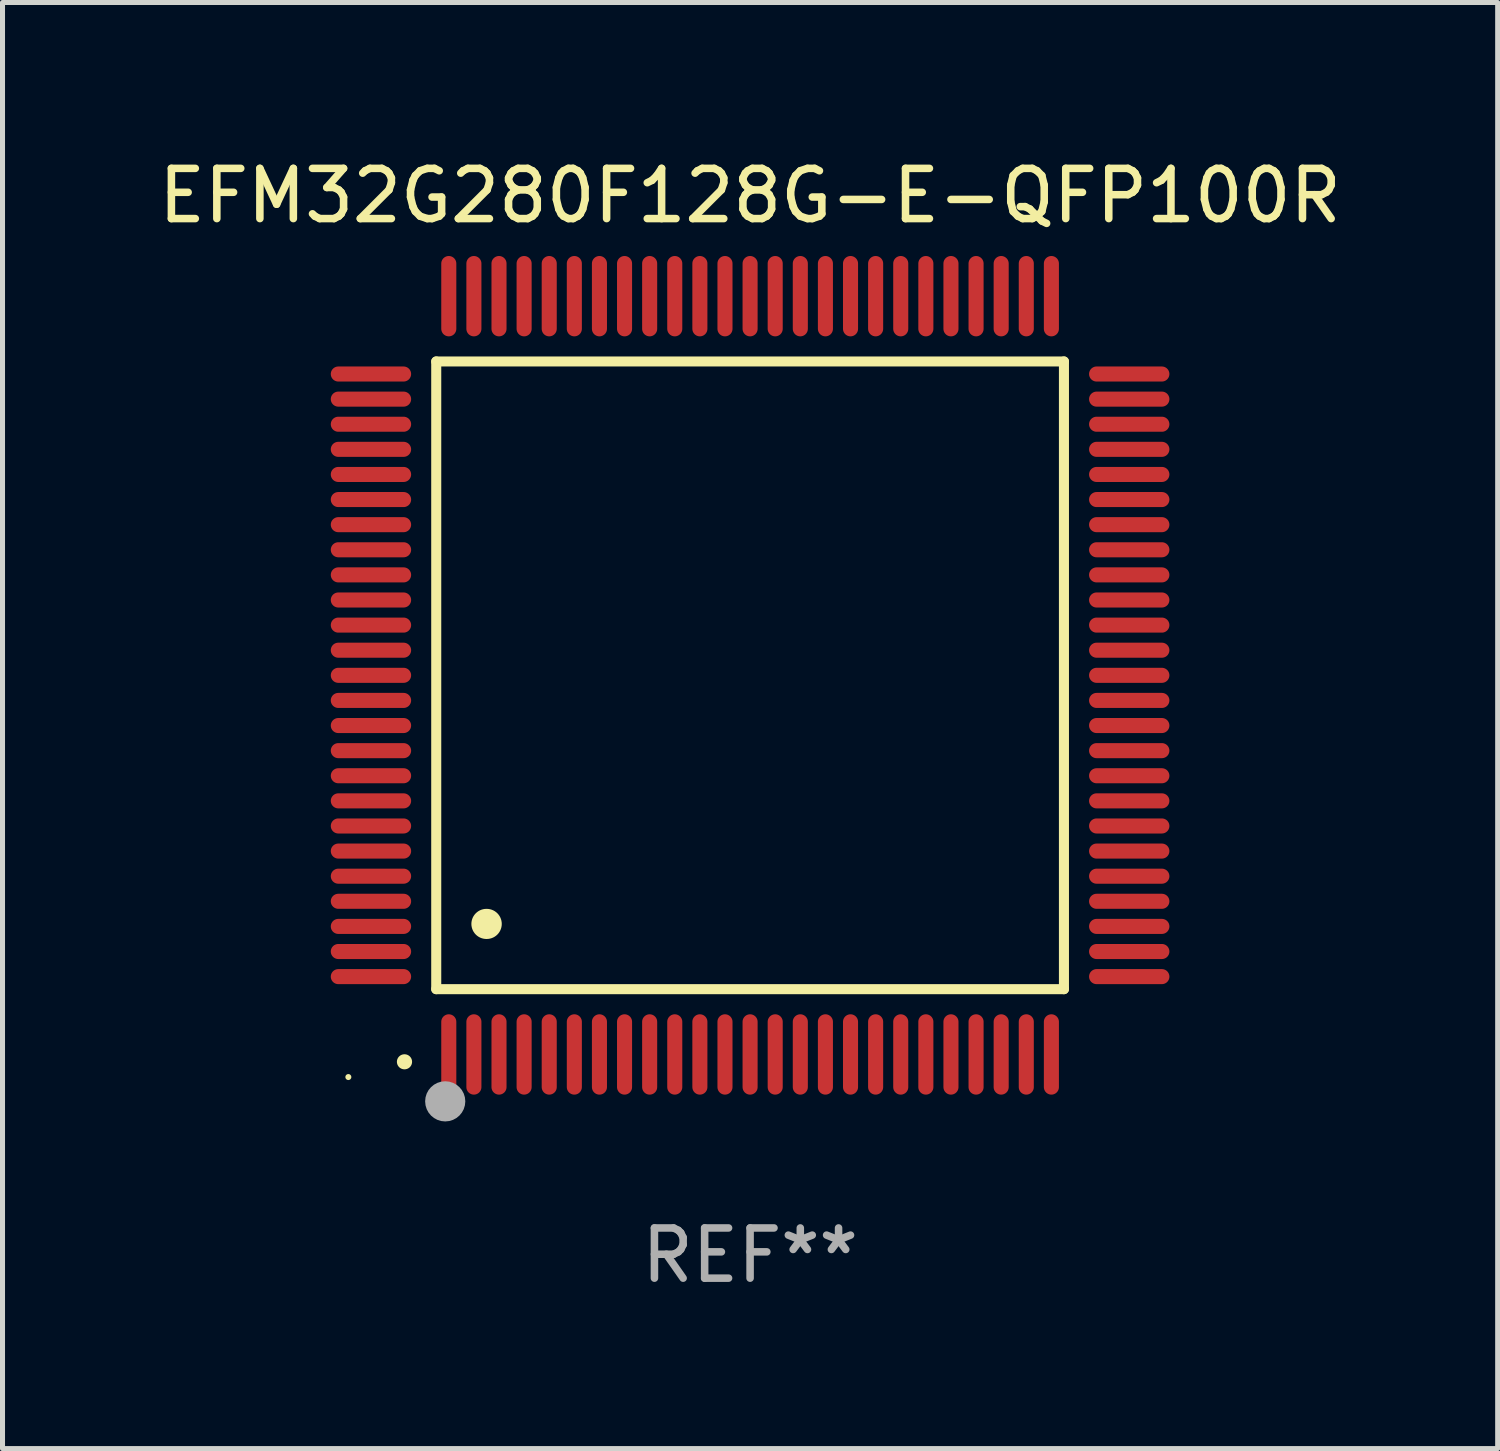
<source format=kicad_pcb>
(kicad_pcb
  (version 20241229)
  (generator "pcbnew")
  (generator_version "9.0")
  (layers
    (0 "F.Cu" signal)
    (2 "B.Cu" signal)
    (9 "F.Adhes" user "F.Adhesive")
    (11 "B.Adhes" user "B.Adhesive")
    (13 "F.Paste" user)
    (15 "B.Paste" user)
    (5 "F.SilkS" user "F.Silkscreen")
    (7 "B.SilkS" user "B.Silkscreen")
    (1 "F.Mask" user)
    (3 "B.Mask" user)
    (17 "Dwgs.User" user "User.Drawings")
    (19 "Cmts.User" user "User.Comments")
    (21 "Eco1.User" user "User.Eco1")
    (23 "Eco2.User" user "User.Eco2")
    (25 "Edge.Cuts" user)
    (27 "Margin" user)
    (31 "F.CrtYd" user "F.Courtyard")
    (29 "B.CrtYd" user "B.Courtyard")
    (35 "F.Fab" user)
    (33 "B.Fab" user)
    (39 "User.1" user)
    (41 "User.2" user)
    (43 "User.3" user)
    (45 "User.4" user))
  (footprint "EFM32G280F128G-E-QFP100R"
    (layer "F.Cu")
    (at 11.887 10.398)
    (property "Reference" "EFM32G280F128G-E-QFP100R" (at 0 -9.55 0) (layer "F.SilkS") (effects (font (size 1 1) (thickness 0.15))))
    (attr through_hole)
    (fp_line (start -6.25 -6.25) (end -6.25 6.25) (stroke (width 0.2) (type solid)) (layer "F.SilkS"))
    (fp_line (start -6.25 6.25) (end 6.25 6.25) (stroke (width 0.2) (type solid)) (layer "F.SilkS"))
    (fp_line (start 6.25 -6.25) (end -6.25 -6.25) (stroke (width 0.2) (type solid)) (layer "F.SilkS"))
    (fp_line (start 6.25 6.25) (end 6.25 -6.25) (stroke (width 0.2) (type solid)) (layer "F.SilkS"))
    (fp_arc (start -6.883414 7.696215) (mid -6.882144 7.69621) (end -6.880874 7.696215) (stroke (width 0.3) (type solid)) (layer "F.SilkS"))
    (fp_arc (start -5.250191 4.95047) (mid -5.247651 4.950459) (end -5.245111 4.95047) (stroke (width 0.6) (type solid)) (layer "F.SilkS"))
    (fp_circle (center -8 8) (end -7.97 8) (stroke (width 0.06) (type solid)) (fill no) (layer "F.SilkS"))
    (fp_circle (center -6.071 8.484) (end -5.871 8.484) (stroke (width 0.4) (type solid)) (fill no) (layer "F.Fab"))
    (fp_text user "REF**" (at 0 11.55 0) (layer "F.Fab") (effects (font (size 1 1) (thickness 0.15))))
    (pad "1" smd oval (at -6 7.55) (size 0.3 1.6) (layers "F.Cu" "F.Mask" "F.Paste"))
    (pad "2" smd oval (at -5.5 7.55) (size 0.3 1.6) (layers "F.Cu" "F.Mask" "F.Paste"))
    (pad "3" smd oval (at -5 7.55) (size 0.3 1.6) (layers "F.Cu" "F.Mask" "F.Paste"))
    (pad "4" smd oval (at -4.5 7.55) (size 0.3 1.6) (layers "F.Cu" "F.Mask" "F.Paste"))
    (pad "5" smd oval (at -4 7.55) (size 0.3 1.6) (layers "F.Cu" "F.Mask" "F.Paste"))
    (pad "6" smd oval (at -3.5 7.55) (size 0.3 1.6) (layers "F.Cu" "F.Mask" "F.Paste"))
    (pad "7" smd oval (at -3 7.55) (size 0.3 1.6) (layers "F.Cu" "F.Mask" "F.Paste"))
    (pad "8" smd oval (at -2.5 7.55) (size 0.3 1.6) (layers "F.Cu" "F.Mask" "F.Paste"))
    (pad "9" smd oval (at -2 7.55) (size 0.3 1.6) (layers "F.Cu" "F.Mask" "F.Paste"))
    (pad "10" smd oval (at -1.5 7.55) (size 0.3 1.6) (layers "F.Cu" "F.Mask" "F.Paste"))
    (pad "11" smd oval (at -1 7.55) (size 0.3 1.6) (layers "F.Cu" "F.Mask" "F.Paste"))
    (pad "12" smd oval (at -0.5 7.55) (size 0.3 1.6) (layers "F.Cu" "F.Mask" "F.Paste"))
    (pad "13" smd oval (at 0 7.55) (size 0.3 1.6) (layers "F.Cu" "F.Mask" "F.Paste"))
    (pad "14" smd oval (at 0.5 7.55) (size 0.3 1.6) (layers "F.Cu" "F.Mask" "F.Paste"))
    (pad "15" smd oval (at 1 7.55) (size 0.3 1.6) (layers "F.Cu" "F.Mask" "F.Paste"))
    (pad "16" smd oval (at 1.5 7.55) (size 0.3 1.6) (layers "F.Cu" "F.Mask" "F.Paste"))
    (pad "17" smd oval (at 2 7.55) (size 0.3 1.6) (layers "F.Cu" "F.Mask" "F.Paste"))
    (pad "18" smd oval (at 2.5 7.55) (size 0.3 1.6) (layers "F.Cu" "F.Mask" "F.Paste"))
    (pad "19" smd oval (at 3 7.55) (size 0.3 1.6) (layers "F.Cu" "F.Mask" "F.Paste"))
    (pad "20" smd oval (at 3.5 7.55) (size 0.3 1.6) (layers "F.Cu" "F.Mask" "F.Paste"))
    (pad "21" smd oval (at 4 7.55) (size 0.3 1.6) (layers "F.Cu" "F.Mask" "F.Paste"))
    (pad "22" smd oval (at 4.5 7.55) (size 0.3 1.6) (layers "F.Cu" "F.Mask" "F.Paste"))
    (pad "23" smd oval (at 5 7.55) (size 0.3 1.6) (layers "F.Cu" "F.Mask" "F.Paste"))
    (pad "24" smd oval (at 5.5 7.55) (size 0.3 1.6) (layers "F.Cu" "F.Mask" "F.Paste"))
    (pad "25" smd oval (at 6 7.55) (size 0.3 1.6) (layers "F.Cu" "F.Mask" "F.Paste"))
    (pad "26" smd oval (at 7.55 6) (size 1.6 0.3) (layers "F.Cu" "F.Mask" "F.Paste"))
    (pad "27" smd oval (at 7.55 5.5) (size 1.6 0.3) (layers "F.Cu" "F.Mask" "F.Paste"))
    (pad "28" smd oval (at 7.55 5) (size 1.6 0.3) (layers "F.Cu" "F.Mask" "F.Paste"))
    (pad "29" smd oval (at 7.55 4.5) (size 1.6 0.3) (layers "F.Cu" "F.Mask" "F.Paste"))
    (pad "30" smd oval (at 7.55 4) (size 1.6 0.3) (layers "F.Cu" "F.Mask" "F.Paste"))
    (pad "31" smd oval (at 7.55 3.5) (size 1.6 0.3) (layers "F.Cu" "F.Mask" "F.Paste"))
    (pad "32" smd oval (at 7.55 3) (size 1.6 0.3) (layers "F.Cu" "F.Mask" "F.Paste"))
    (pad "33" smd oval (at 7.55 2.5) (size 1.6 0.3) (layers "F.Cu" "F.Mask" "F.Paste"))
    (pad "34" smd oval (at 7.55 2) (size 1.6 0.3) (layers "F.Cu" "F.Mask" "F.Paste"))
    (pad "35" smd oval (at 7.55 1.5) (size 1.6 0.3) (layers "F.Cu" "F.Mask" "F.Paste"))
    (pad "36" smd oval (at 7.55 1) (size 1.6 0.3) (layers "F.Cu" "F.Mask" "F.Paste"))
    (pad "37" smd oval (at 7.55 0.5) (size 1.6 0.3) (layers "F.Cu" "F.Mask" "F.Paste"))
    (pad "38" smd oval (at 7.55 0) (size 1.6 0.3) (layers "F.Cu" "F.Mask" "F.Paste"))
    (pad "39" smd oval (at 7.55 -0.5) (size 1.6 0.3) (layers "F.Cu" "F.Mask" "F.Paste"))
    (pad "40" smd oval (at 7.55 -1) (size 1.6 0.3) (layers "F.Cu" "F.Mask" "F.Paste"))
    (pad "41" smd oval (at 7.55 -1.5) (size 1.6 0.3) (layers "F.Cu" "F.Mask" "F.Paste"))
    (pad "42" smd oval (at 7.55 -2) (size 1.6 0.3) (layers "F.Cu" "F.Mask" "F.Paste"))
    (pad "43" smd oval (at 7.55 -2.5) (size 1.6 0.3) (layers "F.Cu" "F.Mask" "F.Paste"))
    (pad "44" smd oval (at 7.55 -3) (size 1.6 0.3) (layers "F.Cu" "F.Mask" "F.Paste"))
    (pad "45" smd oval (at 7.55 -3.5) (size 1.6 0.3) (layers "F.Cu" "F.Mask" "F.Paste"))
    (pad "46" smd oval (at 7.55 -4) (size 1.6 0.3) (layers "F.Cu" "F.Mask" "F.Paste"))
    (pad "47" smd oval (at 7.55 -4.5) (size 1.6 0.3) (layers "F.Cu" "F.Mask" "F.Paste"))
    (pad "48" smd oval (at 7.55 -5) (size 1.6 0.3) (layers "F.Cu" "F.Mask" "F.Paste"))
    (pad "49" smd oval (at 7.55 -5.5) (size 1.6 0.3) (layers "F.Cu" "F.Mask" "F.Paste"))
    (pad "50" smd oval (at 7.55 -6) (size 1.6 0.3) (layers "F.Cu" "F.Mask" "F.Paste"))
    (pad "51" smd oval (at 6 -7.55) (size 0.3 1.6) (layers "F.Cu" "F.Mask" "F.Paste"))
    (pad "52" smd oval (at 5.5 -7.55) (size 0.3 1.6) (layers "F.Cu" "F.Mask" "F.Paste"))
    (pad "53" smd oval (at 5 -7.55) (size 0.3 1.6) (layers "F.Cu" "F.Mask" "F.Paste"))
    (pad "54" smd oval (at 4.5 -7.55) (size 0.3 1.6) (layers "F.Cu" "F.Mask" "F.Paste"))
    (pad "55" smd oval (at 4 -7.55) (size 0.3 1.6) (layers "F.Cu" "F.Mask" "F.Paste"))
    (pad "56" smd oval (at 3.5 -7.55) (size 0.3 1.6) (layers "F.Cu" "F.Mask" "F.Paste"))
    (pad "57" smd oval (at 3 -7.55) (size 0.3 1.6) (layers "F.Cu" "F.Mask" "F.Paste"))
    (pad "58" smd oval (at 2.5 -7.55) (size 0.3 1.6) (layers "F.Cu" "F.Mask" "F.Paste"))
    (pad "59" smd oval (at 2 -7.55) (size 0.3 1.6) (layers "F.Cu" "F.Mask" "F.Paste"))
    (pad "60" smd oval (at 1.5 -7.55) (size 0.3 1.6) (layers "F.Cu" "F.Mask" "F.Paste"))
    (pad "61" smd oval (at 1 -7.55) (size 0.3 1.6) (layers "F.Cu" "F.Mask" "F.Paste"))
    (pad "62" smd oval (at 0.5 -7.55) (size 0.3 1.6) (layers "F.Cu" "F.Mask" "F.Paste"))
    (pad "63" smd oval (at 0 -7.55) (size 0.3 1.6) (layers "F.Cu" "F.Mask" "F.Paste"))
    (pad "64" smd oval (at -0.5 -7.55) (size 0.3 1.6) (layers "F.Cu" "F.Mask" "F.Paste"))
    (pad "65" smd oval (at -1 -7.55) (size 0.3 1.6) (layers "F.Cu" "F.Mask" "F.Paste"))
    (pad "66" smd oval (at -1.5 -7.55) (size 0.3 1.6) (layers "F.Cu" "F.Mask" "F.Paste"))
    (pad "67" smd oval (at -2 -7.55) (size 0.3 1.6) (layers "F.Cu" "F.Mask" "F.Paste"))
    (pad "68" smd oval (at -2.5 -7.55) (size 0.3 1.6) (layers "F.Cu" "F.Mask" "F.Paste"))
    (pad "69" smd oval (at -3 -7.55) (size 0.3 1.6) (layers "F.Cu" "F.Mask" "F.Paste"))
    (pad "70" smd oval (at -3.5 -7.55) (size 0.3 1.6) (layers "F.Cu" "F.Mask" "F.Paste"))
    (pad "71" smd oval (at -4 -7.55) (size 0.3 1.6) (layers "F.Cu" "F.Mask" "F.Paste"))
    (pad "72" smd oval (at -4.5 -7.55) (size 0.3 1.6) (layers "F.Cu" "F.Mask" "F.Paste"))
    (pad "73" smd oval (at -5 -7.55) (size 0.3 1.6) (layers "F.Cu" "F.Mask" "F.Paste"))
    (pad "74" smd oval (at -5.5 -7.55) (size 0.3 1.6) (layers "F.Cu" "F.Mask" "F.Paste"))
    (pad "75" smd oval (at -6 -7.55) (size 0.3 1.6) (layers "F.Cu" "F.Mask" "F.Paste"))
    (pad "76" smd oval (at -7.55 -6) (size 1.6 0.3) (layers "F.Cu" "F.Mask" "F.Paste"))
    (pad "77" smd oval (at -7.55 -5.5) (size 1.6 0.3) (layers "F.Cu" "F.Mask" "F.Paste"))
    (pad "78" smd oval (at -7.55 -5) (size 1.6 0.3) (layers "F.Cu" "F.Mask" "F.Paste"))
    (pad "79" smd oval (at -7.55 -4.5) (size 1.6 0.3) (layers "F.Cu" "F.Mask" "F.Paste"))
    (pad "80" smd oval (at -7.55 -4) (size 1.6 0.3) (layers "F.Cu" "F.Mask" "F.Paste"))
    (pad "81" smd oval (at -7.55 -3.5) (size 1.6 0.3) (layers "F.Cu" "F.Mask" "F.Paste"))
    (pad "82" smd oval (at -7.55 -3) (size 1.6 0.3) (layers "F.Cu" "F.Mask" "F.Paste"))
    (pad "83" smd oval (at -7.55 -2.5) (size 1.6 0.3) (layers "F.Cu" "F.Mask" "F.Paste"))
    (pad "84" smd oval (at -7.55 -2) (size 1.6 0.3) (layers "F.Cu" "F.Mask" "F.Paste"))
    (pad "85" smd oval (at -7.55 -1.5) (size 1.6 0.3) (layers "F.Cu" "F.Mask" "F.Paste"))
    (pad "86" smd oval (at -7.55 -1) (size 1.6 0.3) (layers "F.Cu" "F.Mask" "F.Paste"))
    (pad "87" smd oval (at -7.55 -0.5) (size 1.6 0.3) (layers "F.Cu" "F.Mask" "F.Paste"))
    (pad "88" smd oval (at -7.55 0) (size 1.6 0.3) (layers "F.Cu" "F.Mask" "F.Paste"))
    (pad "89" smd oval (at -7.55 0.5) (size 1.6 0.3) (layers "F.Cu" "F.Mask" "F.Paste"))
    (pad "90" smd oval (at -7.55 1) (size 1.6 0.3) (layers "F.Cu" "F.Mask" "F.Paste"))
    (pad "91" smd oval (at -7.55 1.5) (size 1.6 0.3) (layers "F.Cu" "F.Mask" "F.Paste"))
    (pad "92" smd oval (at -7.55 2) (size 1.6 0.3) (layers "F.Cu" "F.Mask" "F.Paste"))
    (pad "93" smd oval (at -7.55 2.5) (size 1.6 0.3) (layers "F.Cu" "F.Mask" "F.Paste"))
    (pad "94" smd oval (at -7.55 3) (size 1.6 0.3) (layers "F.Cu" "F.Mask" "F.Paste"))
    (pad "95" smd oval (at -7.55 3.5) (size 1.6 0.3) (layers "F.Cu" "F.Mask" "F.Paste"))
    (pad "96" smd oval (at -7.55 4) (size 1.6 0.3) (layers "F.Cu" "F.Mask" "F.Paste"))
    (pad "97" smd oval (at -7.55 4.5) (size 1.6 0.3) (layers "F.Cu" "F.Mask" "F.Paste"))
    (pad "98" smd oval (at -7.55 5) (size 1.6 0.3) (layers "F.Cu" "F.Mask" "F.Paste"))
    (pad "99" smd oval (at -7.55 5.5) (size 1.6 0.3) (layers "F.Cu" "F.Mask" "F.Paste"))
    (pad "100" smd oval (at -7.55 6) (size 1.6 0.3) (layers "F.Cu" "F.Mask" "F.Paste")))
  (gr_rect
    (start -3 -3)
    (end 26.774 25.796)
    (stroke (width 0.1) (type default))
    (fill no)
    (layer "Edge.Cuts")))
</source>
